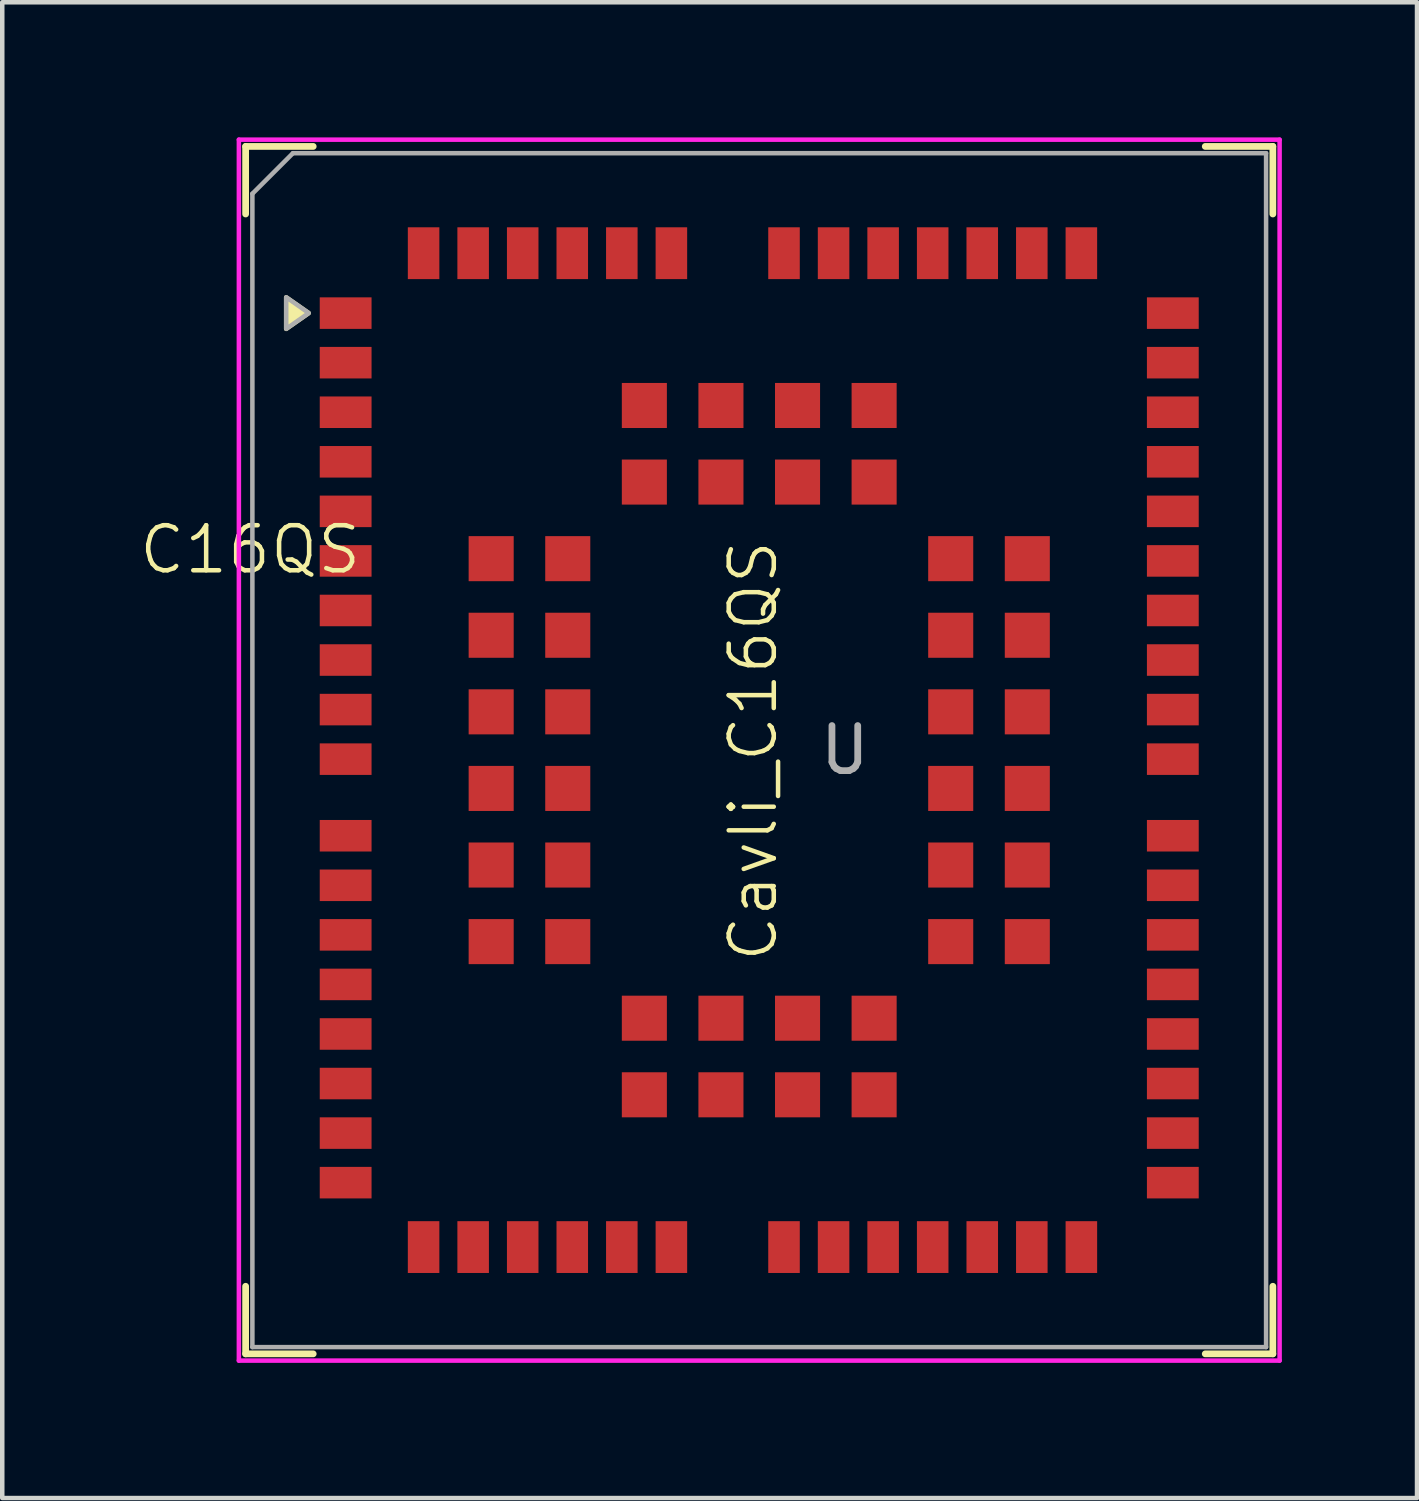
<source format=kicad_pcb>
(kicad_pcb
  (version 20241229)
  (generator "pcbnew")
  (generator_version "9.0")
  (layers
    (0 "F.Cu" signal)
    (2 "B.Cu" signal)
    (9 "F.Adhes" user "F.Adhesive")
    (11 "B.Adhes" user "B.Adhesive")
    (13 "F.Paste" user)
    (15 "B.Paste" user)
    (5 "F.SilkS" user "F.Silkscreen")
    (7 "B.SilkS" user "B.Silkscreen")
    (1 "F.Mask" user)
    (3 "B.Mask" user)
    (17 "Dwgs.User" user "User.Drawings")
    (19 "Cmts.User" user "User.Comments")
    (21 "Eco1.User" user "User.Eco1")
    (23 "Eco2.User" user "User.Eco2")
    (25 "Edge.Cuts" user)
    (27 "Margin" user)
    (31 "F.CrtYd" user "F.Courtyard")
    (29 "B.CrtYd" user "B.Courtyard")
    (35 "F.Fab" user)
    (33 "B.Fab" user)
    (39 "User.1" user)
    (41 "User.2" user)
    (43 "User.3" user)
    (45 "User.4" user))
  (footprint "C16QS"
    (layer "F.Cu")
    (at 13.802 13.6)
    (property "Reference" "C16QS" (at -11.3 -4.45 0) (unlocked yes) (layer "F.SilkS") (effects (font (size 1 1) (thickness 0.1))))
    (attr smd)
    (fp_line (start -11.4 -13.4) (end -11.4 -11.9) (stroke (width 0.15) (type solid)) (layer "F.SilkS"))
    (fp_line (start -11.4 -13.4) (end -9.9 -13.4) (stroke (width 0.15) (type solid)) (layer "F.SilkS"))
    (fp_line (start -11.4 13.4) (end -11.4 11.9) (stroke (width 0.15) (type solid)) (layer "F.SilkS"))
    (fp_line (start -11.4 13.4) (end -9.9 13.4) (stroke (width 0.15) (type solid)) (layer "F.SilkS"))
    (fp_line (start 11.4 -13.4) (end 9.9 -13.4) (stroke (width 0.15) (type solid)) (layer "F.SilkS"))
    (fp_line (start 11.4 -13.4) (end 11.4 -11.9) (stroke (width 0.15) (type solid)) (layer "F.SilkS"))
    (fp_line (start 11.4 13.4) (end 9.9 13.4) (stroke (width 0.15) (type solid)) (layer "F.SilkS"))
    (fp_line (start 11.4 13.4) (end 11.4 11.9) (stroke (width 0.15) (type solid)) (layer "F.SilkS"))
    (fp_poly (pts (xy -10 -9.7) (xy -10.5 -10.05) (xy -10.5 -9.35)) (stroke (width 0.1) (type solid)) (fill yes) (layer "F.SilkS"))
    (fp_line (start -11.55 -13.55) (end 11.55 -13.55) (stroke (width 0.1) (type solid)) (layer "F.CrtYd"))
    (fp_line (start -11.55 13.55) (end -11.55 -13.55) (stroke (width 0.1) (type solid)) (layer "F.CrtYd"))
    (fp_line (start 11.55 -13.55) (end 11.55 13.55) (stroke (width 0.1) (type solid)) (layer "F.CrtYd"))
    (fp_line (start 11.55 13.55) (end -11.55 13.55) (stroke (width 0.1) (type solid)) (layer "F.CrtYd"))
    (fp_line (start -11.25 13.25) (end -11.25 -12.35) (stroke (width 0.1) (type default)) (layer "F.Fab"))
    (fp_line (start -10.35 -13.25) (end -11.25 -12.35) (stroke (width 0.1) (type default)) (layer "F.Fab"))
    (fp_line (start -10.35 -13.25) (end 11.25 -13.25) (stroke (width 0.1) (type default)) (layer "F.Fab"))
    (fp_line (start 11.25 -13.25) (end 11.25 13.25) (stroke (width 0.1) (type default)) (layer "F.Fab"))
    (fp_line (start 11.25 13.25) (end -11.25 13.25) (stroke (width 0.1) (type default)) (layer "F.Fab"))
    (fp_poly (pts (xy -9.999 -9.702) (xy -10.499 -10.052) (xy -10.499 -9.352)) (stroke (width 0.1) (type solid)) (fill no) (layer "F.Fab"))
    (fp_text user "Cavli_C16QS" (at 0.45 4.75 90) (unlocked yes) (layer "F.SilkS") (effects (font (size 1 1) (thickness 0.1)) (justify left bottom)))
    (fp_text user "U" (at 1.9 0 0) (unlocked yes) (layer "F.Fab") (effects (font (size 1 1) (thickness 0.15))))
    (pad "1" smd rect (at -9.18 -9.7 90) (size 0.7 1.15) (layers "F.Cu" "F.Mask" "F.Paste"))
    (pad "2" smd rect (at -9.18 -8.6 90) (size 0.7 1.15) (layers "F.Cu" "F.Mask" "F.Paste"))
    (pad "3" smd rect (at -9.18 -7.5 90) (size 0.7 1.15) (layers "F.Cu" "F.Mask" "F.Paste"))
    (pad "4" smd rect (at -9.18 -6.4 90) (size 0.7 1.15) (layers "F.Cu" "F.Mask" "F.Paste"))
    (pad "5" smd rect (at -9.18 -5.3 90) (size 0.7 1.15) (layers "F.Cu" "F.Mask" "F.Paste"))
    (pad "6" smd rect (at -9.18 -4.2 90) (size 0.7 1.15) (layers "F.Cu" "F.Mask" "F.Paste"))
    (pad "7" smd rect (at -9.18 -3.1 90) (size 0.7 1.15) (layers "F.Cu" "F.Mask" "F.Paste"))
    (pad "8" smd rect (at -9.18 -2 90) (size 0.7 1.15) (layers "F.Cu" "F.Mask" "F.Paste"))
    (pad "9" smd rect (at -9.18 -0.9 90) (size 0.7 1.15) (layers "F.Cu" "F.Mask" "F.Paste"))
    (pad "10" smd rect (at -9.18 0.2 90) (size 0.7 1.15) (layers "F.Cu" "F.Mask" "F.Paste"))
    (pad "11" smd rect (at -9.18 1.9 90) (size 0.7 1.15) (layers "F.Cu" "F.Mask" "F.Paste"))
    (pad "12" smd rect (at -9.18 3 90) (size 0.7 1.15) (layers "F.Cu" "F.Mask" "F.Paste"))
    (pad "13" smd rect (at -9.18 4.1 90) (size 0.7 1.15) (layers "F.Cu" "F.Mask" "F.Paste"))
    (pad "14" smd rect (at -9.18 5.2 90) (size 0.7 1.15) (layers "F.Cu" "F.Mask" "F.Paste"))
    (pad "15" smd rect (at -9.18 6.3 90) (size 0.7 1.15) (layers "F.Cu" "F.Mask" "F.Paste"))
    (pad "16" smd rect (at -9.18 7.4 90) (size 0.7 1.15) (layers "F.Cu" "F.Mask" "F.Paste"))
    (pad "17" smd rect (at -9.18 8.5 90) (size 0.7 1.15) (layers "F.Cu" "F.Mask" "F.Paste"))
    (pad "18" smd rect (at -9.18 9.6 90) (size 0.7 1.15) (layers "F.Cu" "F.Mask" "F.Paste"))
    (pad "19" smd rect (at -7.45 11.03) (size 0.7 1.15) (layers "F.Cu" "F.Mask" "F.Paste"))
    (pad "20" smd rect (at -6.35 11.03) (size 0.7 1.15) (layers "F.Cu" "F.Mask" "F.Paste"))
    (pad "21" smd rect (at -5.25 11.03) (size 0.7 1.15) (layers "F.Cu" "F.Mask" "F.Paste"))
    (pad "22" smd rect (at -4.15 11.03) (size 0.7 1.15) (layers "F.Cu" "F.Mask" "F.Paste"))
    (pad "23" smd rect (at -3.05 11.03) (size 0.7 1.15) (layers "F.Cu" "F.Mask" "F.Paste"))
    (pad "24" smd rect (at -1.95 11.03) (size 0.7 1.15) (layers "F.Cu" "F.Mask" "F.Paste"))
    (pad "25" smd rect (at 0.55 11.03) (size 0.7 1.15) (layers "F.Cu" "F.Mask" "F.Paste"))
    (pad "26" smd rect (at 1.65 11.03) (size 0.7 1.15) (layers "F.Cu" "F.Mask" "F.Paste"))
    (pad "27" smd rect (at 2.75 11.03) (size 0.7 1.15) (layers "F.Cu" "F.Mask" "F.Paste"))
    (pad "28" smd rect (at 3.85 11.03) (size 0.7 1.15) (layers "F.Cu" "F.Mask" "F.Paste"))
    (pad "29" smd rect (at 4.95 11.03) (size 0.7 1.15) (layers "F.Cu" "F.Mask" "F.Paste"))
    (pad "30" smd rect (at 6.05 11.03) (size 0.7 1.15) (layers "F.Cu" "F.Mask" "F.Paste"))
    (pad "31" smd rect (at 7.15 11.03) (size 0.7 1.15) (layers "F.Cu" "F.Mask" "F.Paste"))
    (pad "32" smd rect (at 9.18 9.6 90) (size 0.7 1.15) (layers "F.Cu" "F.Mask" "F.Paste"))
    (pad "33" smd rect (at 9.18 8.5 90) (size 0.7 1.15) (layers "F.Cu" "F.Mask" "F.Paste"))
    (pad "34" smd rect (at 9.18 7.4 90) (size 0.7 1.15) (layers "F.Cu" "F.Mask" "F.Paste"))
    (pad "35" smd rect (at 9.18 6.3 90) (size 0.7 1.15) (layers "F.Cu" "F.Mask" "F.Paste"))
    (pad "36" smd rect (at 9.18 5.2 90) (size 0.7 1.15) (layers "F.Cu" "F.Mask" "F.Paste"))
    (pad "37" smd rect (at 9.18 4.1 90) (size 0.7 1.15) (layers "F.Cu" "F.Mask" "F.Paste"))
    (pad "38" smd rect (at 9.18 3 90) (size 0.7 1.15) (layers "F.Cu" "F.Mask" "F.Paste"))
    (pad "39" smd rect (at 9.18 1.9 90) (size 0.7 1.15) (layers "F.Cu" "F.Mask" "F.Paste"))
    (pad "40" smd rect (at 9.18 0.2 90) (size 0.7 1.15) (layers "F.Cu" "F.Mask" "F.Paste"))
    (pad "41" smd rect (at 9.18 -0.9 90) (size 0.7 1.15) (layers "F.Cu" "F.Mask" "F.Paste"))
    (pad "42" smd rect (at 9.18 -2 90) (size 0.7 1.15) (layers "F.Cu" "F.Mask" "F.Paste"))
    (pad "43" smd rect (at 9.18 -3.1 90) (size 0.7 1.15) (layers "F.Cu" "F.Mask" "F.Paste"))
    (pad "44" smd rect (at 9.18 -4.2 90) (size 0.7 1.15) (layers "F.Cu" "F.Mask" "F.Paste"))
    (pad "45" smd rect (at 9.18 -5.3 90) (size 0.7 1.15) (layers "F.Cu" "F.Mask" "F.Paste"))
    (pad "46" smd rect (at 9.18 -6.4 90) (size 0.7 1.15) (layers "F.Cu" "F.Mask" "F.Paste"))
    (pad "47" smd rect (at 9.18 -7.5 90) (size 0.7 1.15) (layers "F.Cu" "F.Mask" "F.Paste"))
    (pad "48" smd rect (at 9.18 -8.6 90) (size 0.7 1.15) (layers "F.Cu" "F.Mask" "F.Paste"))
    (pad "49" smd rect (at 9.18 -9.7 90) (size 0.7 1.15) (layers "F.Cu" "F.Mask" "F.Paste"))
    (pad "50" smd rect (at 7.15 -11.03) (size 0.7 1.15) (layers "F.Cu" "F.Mask" "F.Paste"))
    (pad "51" smd rect (at 6.05 -11.03) (size 0.7 1.15) (layers "F.Cu" "F.Mask" "F.Paste"))
    (pad "52" smd rect (at 4.95 -11.03) (size 0.7 1.15) (layers "F.Cu" "F.Mask" "F.Paste"))
    (pad "53" smd rect (at 3.85 -11.03) (size 0.7 1.15) (layers "F.Cu" "F.Mask" "F.Paste"))
    (pad "54" smd rect (at 2.75 -11.03) (size 0.7 1.15) (layers "F.Cu" "F.Mask" "F.Paste"))
    (pad "55" smd rect (at 1.65 -11.03) (size 0.7 1.15) (layers "F.Cu" "F.Mask" "F.Paste"))
    (pad "56" smd rect (at 0.55 -11.03) (size 0.7 1.15) (layers "F.Cu" "F.Mask" "F.Paste"))
    (pad "57" smd rect (at -1.95 -11.03) (size 0.7 1.15) (layers "F.Cu" "F.Mask" "F.Paste"))
    (pad "58" smd rect (at -3.05 -11.03) (size 0.7 1.15) (layers "F.Cu" "F.Mask" "F.Paste"))
    (pad "59" smd rect (at -4.15 -11.03) (size 0.7 1.15) (layers "F.Cu" "F.Mask" "F.Paste"))
    (pad "60" smd rect (at -5.25 -11.03) (size 0.7 1.15) (layers "F.Cu" "F.Mask" "F.Paste"))
    (pad "61" smd rect (at -6.35 -11.03) (size 0.7 1.15) (layers "F.Cu" "F.Mask" "F.Paste"))
    (pad "62" smd rect (at -7.45 -11.03) (size 0.7 1.15) (layers "F.Cu" "F.Mask" "F.Paste"))
    (pad "63" smd rect (at -5.95 -4.25) (size 1 1) (layers "F.Cu" "F.Mask" "F.Paste"))
    (pad "64" smd rect (at -5.95 -2.55) (size 1 1) (layers "F.Cu" "F.Mask" "F.Paste"))
    (pad "65" smd rect (at -5.95 -0.85) (size 1 1) (layers "F.Cu" "F.Mask" "F.Paste"))
    (pad "66" smd rect (at -5.95 0.85) (size 1 1) (layers "F.Cu" "F.Mask" "F.Paste"))
    (pad "67" smd rect (at -5.95 2.55) (size 1 1) (layers "F.Cu" "F.Mask" "F.Paste"))
    (pad "68" smd rect (at -5.95 4.25) (size 1 1) (layers "F.Cu" "F.Mask" "F.Paste"))
    (pad "69" smd rect (at -2.55 7.65) (size 1 1) (layers "F.Cu" "F.Mask" "F.Paste"))
    (pad "70" smd rect (at -0.85 7.65) (size 1 1) (layers "F.Cu" "F.Mask" "F.Paste"))
    (pad "71" smd rect (at 0.85 7.65) (size 1 1) (layers "F.Cu" "F.Mask" "F.Paste"))
    (pad "72" smd rect (at 2.55 7.65) (size 1 1) (layers "F.Cu" "F.Mask" "F.Paste"))
    (pad "73" smd rect (at 5.95 4.25) (size 1 1) (layers "F.Cu" "F.Mask" "F.Paste"))
    (pad "74" smd rect (at 5.95 2.55) (size 1 1) (layers "F.Cu" "F.Mask" "F.Paste"))
    (pad "75" smd rect (at 5.95 0.85) (size 1 1) (layers "F.Cu" "F.Mask" "F.Paste"))
    (pad "76" smd rect (at 5.95 -0.85) (size 1 1) (layers "F.Cu" "F.Mask" "F.Paste"))
    (pad "77" smd rect (at 5.95 -2.55) (size 1 1) (layers "F.Cu" "F.Mask" "F.Paste"))
    (pad "78" smd rect (at 5.95 -4.25) (size 1 1) (layers "F.Cu" "F.Mask" "F.Paste"))
    (pad "79" smd rect (at 2.55 -7.65) (size 1 1) (layers "F.Cu" "F.Mask" "F.Paste"))
    (pad "80" smd rect (at 0.85 -7.65) (size 1 1) (layers "F.Cu" "F.Mask" "F.Paste"))
    (pad "81" smd rect (at -0.85 -7.65) (size 1 1) (layers "F.Cu" "F.Mask" "F.Paste"))
    (pad "82" smd rect (at -2.55 -7.65) (size 1 1) (layers "F.Cu" "F.Mask" "F.Paste"))
    (pad "83" smd rect (at -4.25 -4.25) (size 1 1) (layers "F.Cu" "F.Mask" "F.Paste"))
    (pad "84" smd rect (at -4.25 -2.55) (size 1 1) (layers "F.Cu" "F.Mask" "F.Paste"))
    (pad "85" smd rect (at -4.25 -0.85) (size 1 1) (layers "F.Cu" "F.Mask" "F.Paste"))
    (pad "86" smd rect (at -4.25 0.85) (size 1 1) (layers "F.Cu" "F.Mask" "F.Paste"))
    (pad "87" smd rect (at -4.25 2.55) (size 1 1) (layers "F.Cu" "F.Mask" "F.Paste"))
    (pad "88" smd rect (at -4.25 4.25) (size 1 1) (layers "F.Cu" "F.Mask" "F.Paste"))
    (pad "89" smd rect (at -2.55 5.95) (size 1 1) (layers "F.Cu" "F.Mask" "F.Paste"))
    (pad "90" smd rect (at -0.85 5.95) (size 1 1) (layers "F.Cu" "F.Mask" "F.Paste"))
    (pad "91" smd rect (at 0.85 5.95) (size 1 1) (layers "F.Cu" "F.Mask" "F.Paste"))
    (pad "92" smd rect (at 2.55 5.95) (size 1 1) (layers "F.Cu" "F.Mask" "F.Paste"))
    (pad "93" smd rect (at 4.25 4.25) (size 1 1) (layers "F.Cu" "F.Mask" "F.Paste"))
    (pad "94" smd rect (at 4.25 2.55) (size 1 1) (layers "F.Cu" "F.Mask" "F.Paste"))
    (pad "95" smd rect (at 4.25 0.85) (size 1 1) (layers "F.Cu" "F.Mask" "F.Paste"))
    (pad "96" smd rect (at 4.25 -0.85) (size 1 1) (layers "F.Cu" "F.Mask" "F.Paste"))
    (pad "97" smd rect (at 4.25 -2.55) (size 1 1) (layers "F.Cu" "F.Mask" "F.Paste"))
    (pad "98" smd rect (at 4.25 -4.25) (size 1 1) (layers "F.Cu" "F.Mask" "F.Paste"))
    (pad "99" smd rect (at 2.55 -5.95) (size 1 1) (layers "F.Cu" "F.Mask" "F.Paste"))
    (pad "100" smd rect (at 0.85 -5.95) (size 1 1) (layers "F.Cu" "F.Mask" "F.Paste"))
    (pad "101" smd rect (at -0.85 -5.95) (size 1 1) (layers "F.Cu" "F.Mask" "F.Paste"))
    (pad "102" smd rect (at -2.55 -5.95) (size 1 1) (layers "F.Cu" "F.Mask" "F.Paste")))
  (gr_rect
    (start -3 -3)
    (end 28.402 30.2)
    (stroke (width 0.1) (type default))
    (fill no)
    (layer "Edge.Cuts")))
</source>
